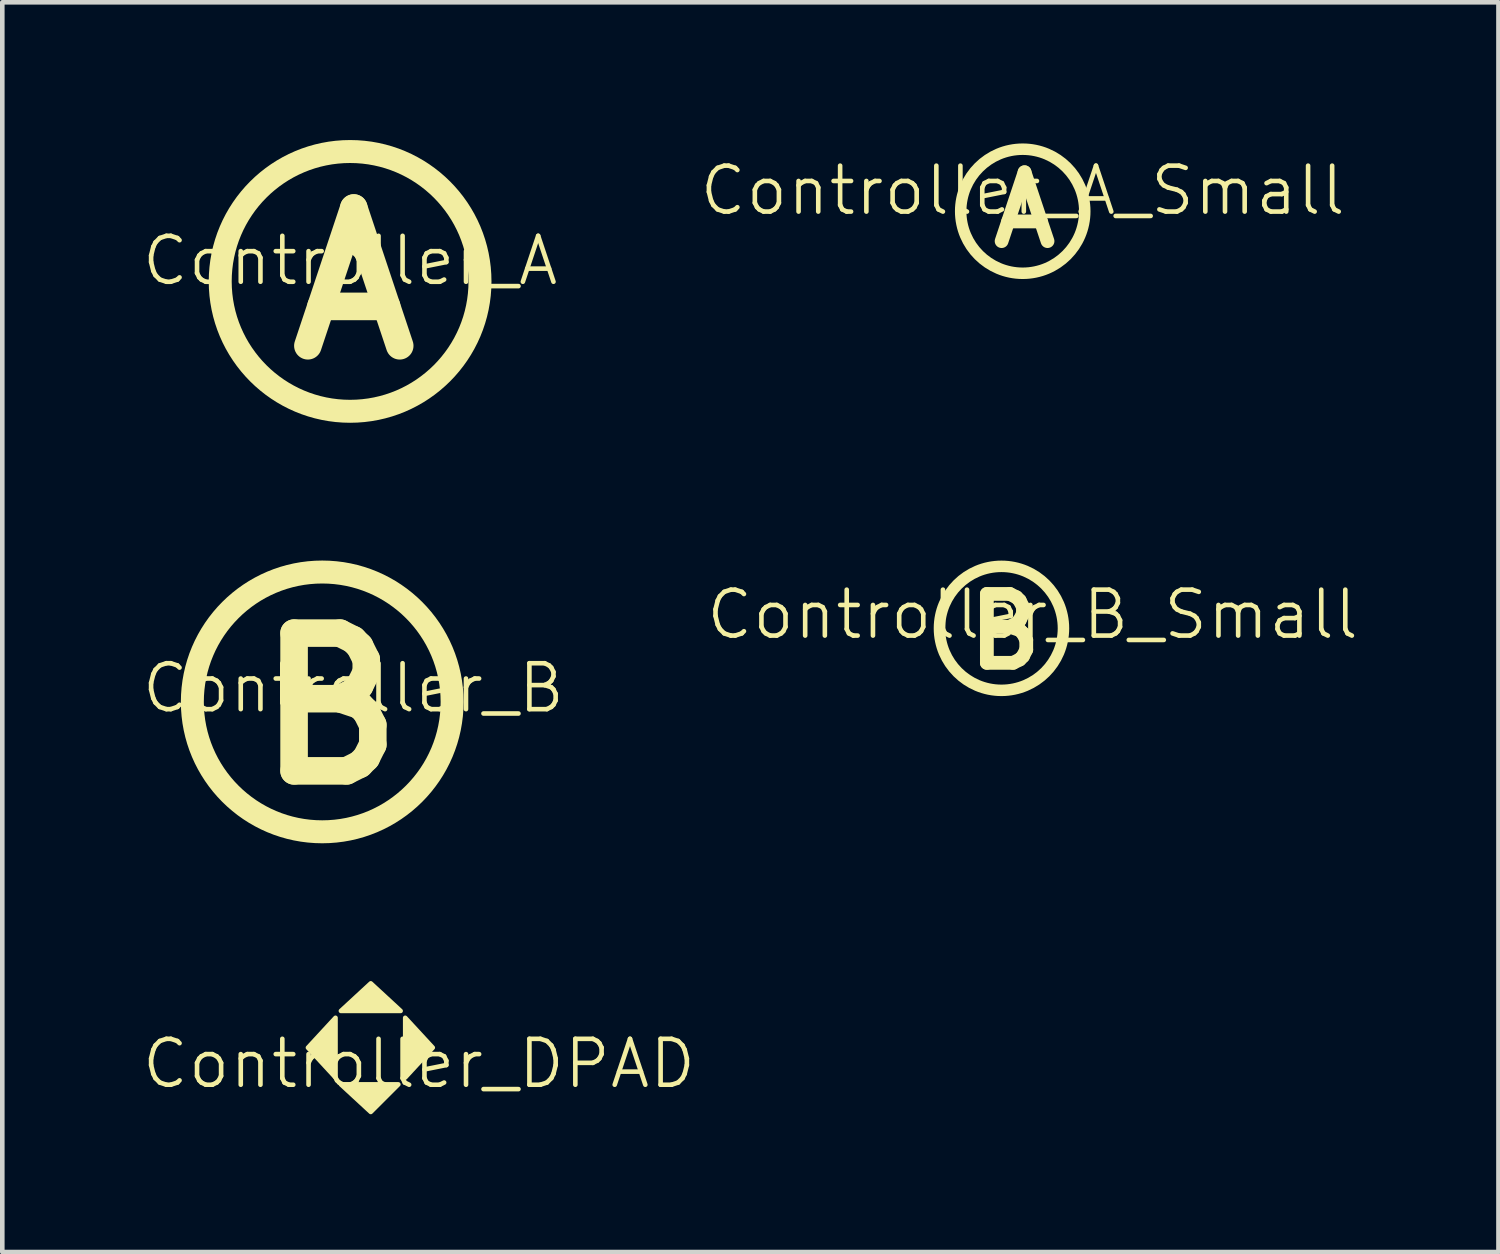
<source format=kicad_pcb>
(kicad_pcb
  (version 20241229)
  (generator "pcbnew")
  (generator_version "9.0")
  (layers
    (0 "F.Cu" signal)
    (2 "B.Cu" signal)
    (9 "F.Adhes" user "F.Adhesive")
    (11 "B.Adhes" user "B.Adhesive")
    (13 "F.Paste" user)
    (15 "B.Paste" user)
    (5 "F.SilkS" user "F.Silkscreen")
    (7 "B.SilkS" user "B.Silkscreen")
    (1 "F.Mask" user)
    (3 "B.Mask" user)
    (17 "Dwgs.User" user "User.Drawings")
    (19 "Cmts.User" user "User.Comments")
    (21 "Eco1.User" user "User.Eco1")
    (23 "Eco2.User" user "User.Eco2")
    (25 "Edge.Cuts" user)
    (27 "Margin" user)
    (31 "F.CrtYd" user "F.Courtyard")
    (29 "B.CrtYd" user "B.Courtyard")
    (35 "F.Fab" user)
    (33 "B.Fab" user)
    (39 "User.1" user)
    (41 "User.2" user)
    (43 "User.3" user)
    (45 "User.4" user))
  (footprint "Controller_A"
    (layer "F.Cu")
    (at 4.574 3.128)
    (property "Reference" "Controller_A" (at 0 -0.5 0) (unlocked yes) (layer "F.SilkS") (effects (font (size 1 1) (thickness 0.1))))
    (attr smd)
    (fp_circle (center 0 -0.05) (end 2 1.95) (stroke (width 0.5) (type solid)) (fill no) (layer "F.SilkS"))
    (fp_text user "A" (at -1.6 1.75 0) (unlocked yes) (layer "F.SilkS") (effects (font (size 3 3) (thickness 0.6) (bold yes)) (justify left bottom))))
  (footprint "Controller_DPAD"
    (layer "F.Cu")
    (at 6.074 20.614)
    (property "Reference" "Controller_DPAD" (at 0 -0.5 0) (unlocked yes) (layer "F.SilkS") (effects (font (size 1 1) (thickness 0.1))))
    (attr smd)
    (fp_poly (pts (xy -2.418 -0.85) (xy -1.818 -1.5) (xy -1.818 -0.2)) (stroke (width 0.1) (type solid)) (fill yes) (layer "F.SilkS"))
    (fp_poly (pts (xy -1.05 -2.25) (xy -1.7 -1.65) (xy -0.4 -1.65)) (stroke (width 0.1) (type solid)) (fill yes) (layer "F.SilkS"))
    (fp_poly (pts (xy -1.05 0.55) (xy -0.45 -0.05) (xy -1.7 -0.05)) (stroke (width 0.1) (type solid)) (fill yes) (layer "F.SilkS"))
    (fp_poly (pts (xy 0.3 -0.85) (xy -0.3 -0.2) (xy -0.3 -1.5)) (stroke (width 0.1) (type solid)) (fill yes) (layer "F.SilkS")))
  (footprint "Controller_B_Small"
    (layer "F.Cu")
    (at 19.436 10.833)
    (property "Reference" "Controller_B_Small" (at 0 -0.5 0) (unlocked yes) (layer "F.SilkS") (effects (font (size 1 1) (thickness 0.1))))
    (attr smd)
    (fp_circle (center -0.678 -0.2) (end 0.672 -0.2) (stroke (width 0.25) (type solid)) (fill no) (layer "F.SilkS"))
    (fp_text user "B" (at -1.55 0.75 0) (unlocked yes) (layer "F.SilkS") (effects (font (size 1.5 1.5) (thickness 0.3) (bold yes)) (justify left bottom))))
  (footprint "Controller_A_Small"
    (layer "F.Cu")
    (at 19.221 1.6)
    (property "Reference" "Controller_A_Small" (at 0 -0.5 0) (unlocked yes) (layer "F.SilkS") (effects (font (size 1 1) (thickness 0.1))))
    (attr smd)
    (fp_circle (center 0 -0.05) (end 0.85 1) (stroke (width 0.25) (type solid)) (fill no) (layer "F.SilkS"))
    (fp_text user "A" (at -0.8 0.8 0) (unlocked yes) (layer "F.SilkS") (effects (font (size 1.5 1.5) (thickness 0.3) (bold yes)) (justify left bottom))))
  (footprint "Controller_B"
    (layer "F.Cu")
    (at 4.645 12.435)
    (property "Reference" "Controller_B" (at 0 -0.5 0) (unlocked yes) (layer "F.SilkS") (effects (font (size 1 1) (thickness 0.1))))
    (attr smd)
    (fp_circle (center -0.678 -0.2) (end 1.322 1.8) (stroke (width 0.5) (type solid)) (fill no) (layer "F.SilkS"))
    (fp_text user "B" (at -2.4 1.7 0) (unlocked yes) (layer "F.SilkS") (effects (font (size 3 3) (thickness 0.6) (bold yes)) (justify left bottom))))
  (gr_rect
    (start -3 -3)
    (end 29.581 24.214)
    (stroke (width 0.1) (type default))
    (fill no)
    (layer "Edge.Cuts")))
</source>
